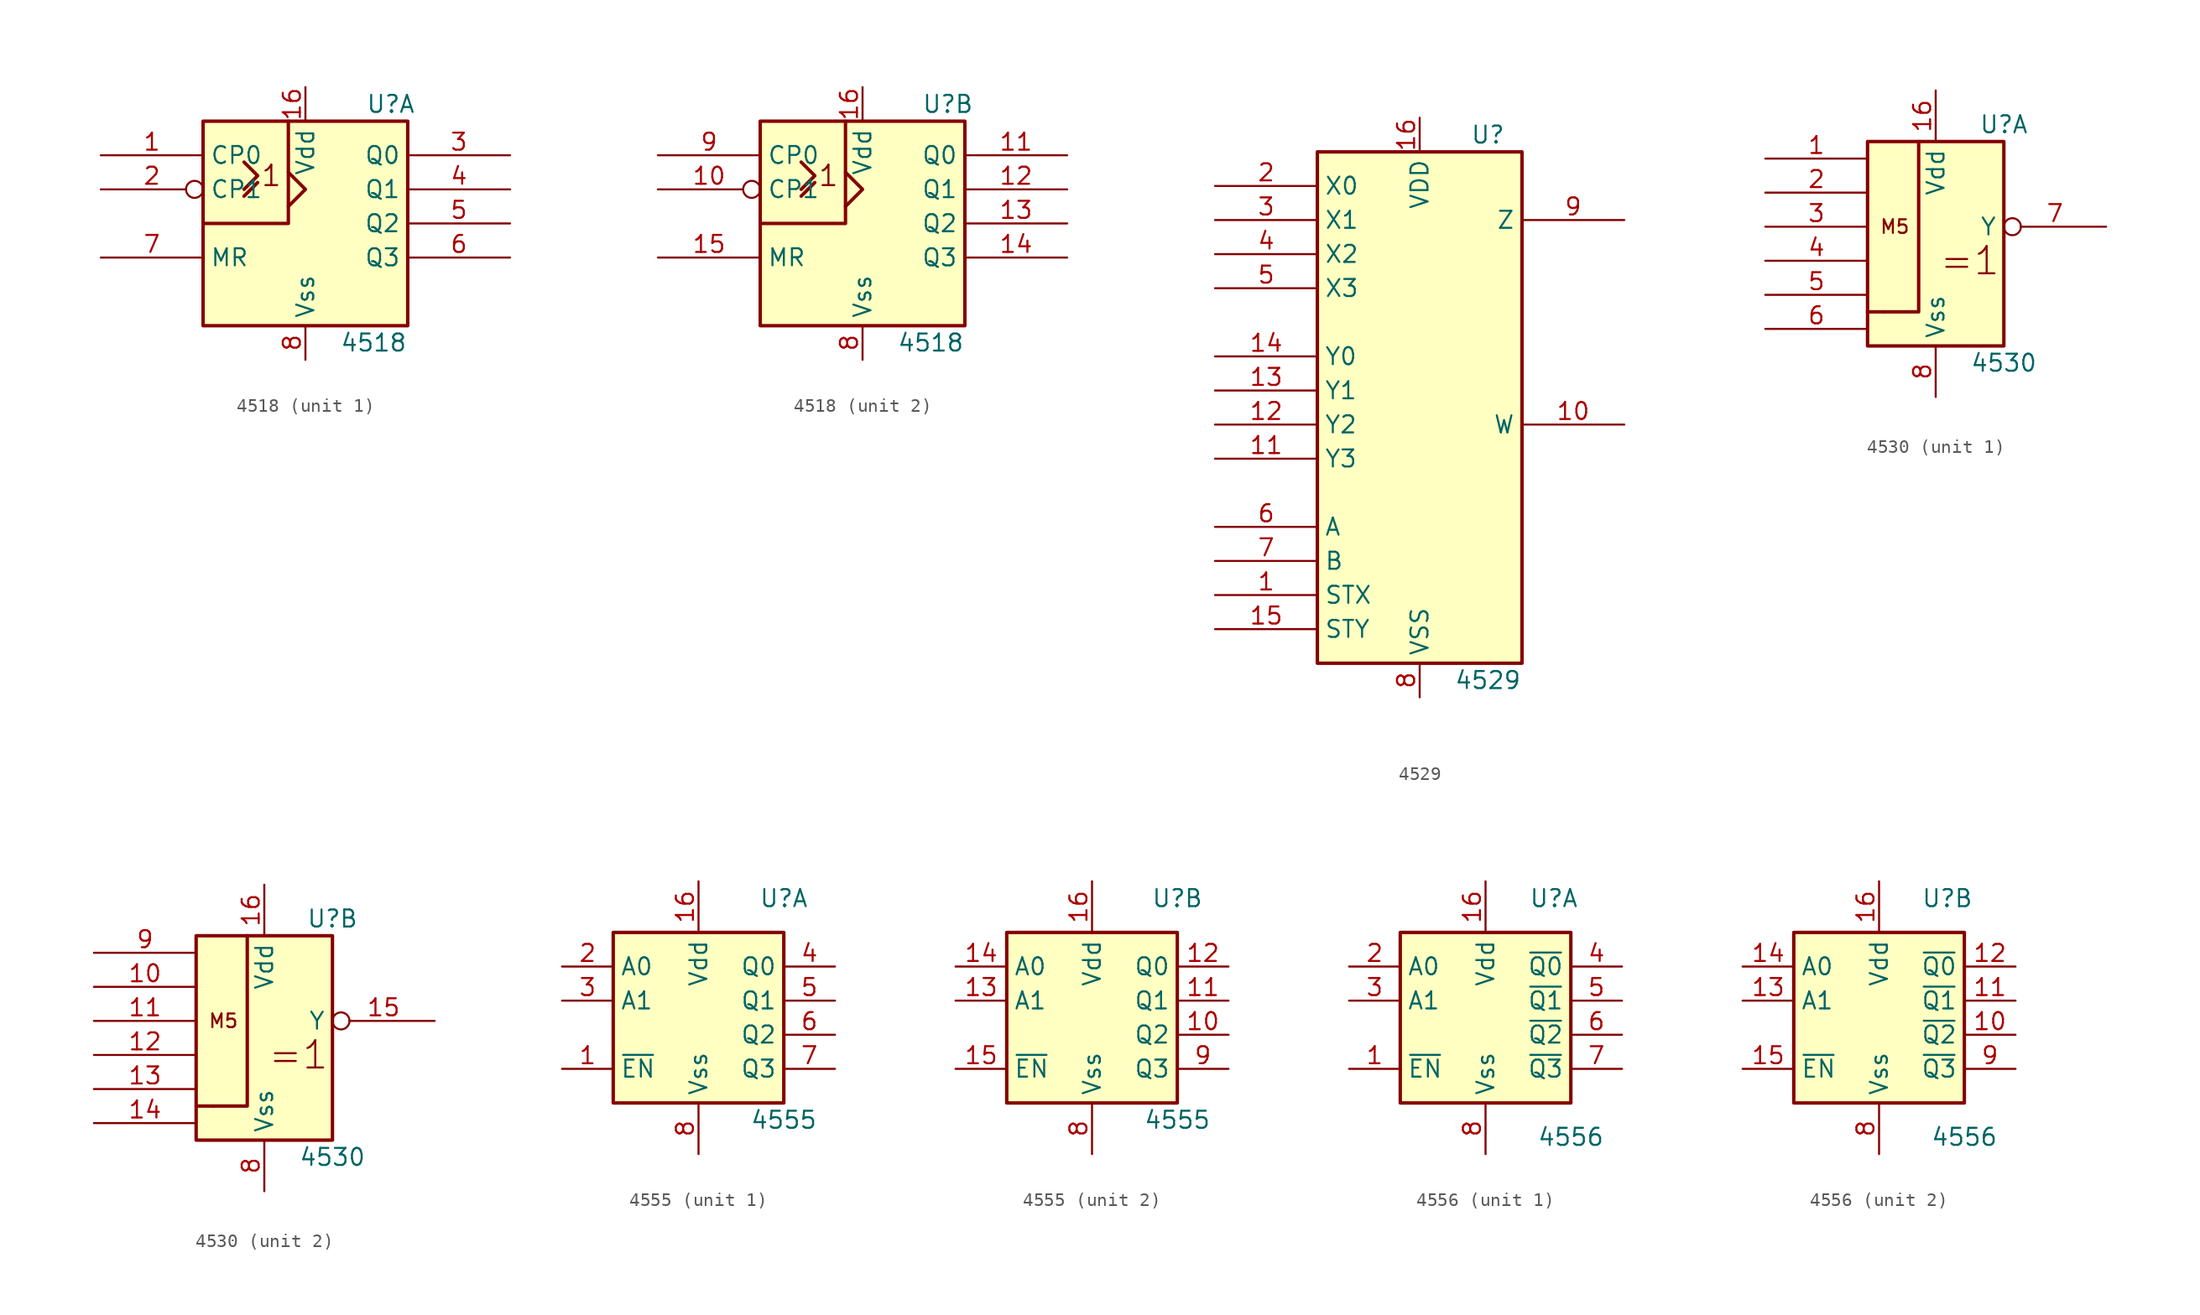
<source format=kicad_sym>
(kicad_symbol_lib
  (version 20220914)
  (generator kicad_symbol_editor)
  (symbol "4518"
    (property "Reference" "U"
      (at 6.35 8.89 0)
      (effects (font (size 1.27 1.27))))
    (property "Value" "4518"
      (at 5.08 -8.89 0)
      (effects (font (size 1.27 1.27))))
    (symbol "4518_0_0"
      (text "1" (at -2.54 3.556 0) (effects (font (size 1.524 1.524)))))
    (symbol "4518_0_1"
      (rectangle (start -7.62 7.62) (end 7.62 -7.62) (stroke (width 0.254) (type default)) (fill (type background)))
      (polyline (pts (xy -4.572 2.032) (xy -3.556 3.048) (xy -3.556 3.048)) (stroke (width 0.254) (type default)) (fill (type background)))
      (polyline (pts (xy -4.572 4.572) (xy -3.556 3.556) (xy -4.572 2.54) (xy -4.572 2.54)) (stroke (width 0.254) (type default)) (fill (type background)))
      (polyline (pts (xy -1.27 3.81) (xy 0 2.54) (xy -1.27 1.27) (xy -1.27 1.27)) (stroke (width 0.254) (type default)) (fill (type background)))
      (polyline (pts (xy -1.27 7.62) (xy -1.27 0) (xy -7.62 0) (xy -6.35 0)) (stroke (width 0.254) (type default)) (fill (type background)))
      (pin power_in line (at 0 10.16 270) (length 2.54) (name "Vdd" (effects (font (size 1.27 1.27)))) (number "16" (effects (font (size 1.27 1.27)))))
      (pin power_in line (at 0 -10.16 90) (length 2.54) (name "Vss" (effects (font (size 1.27 1.27)))) (number "8" (effects (font (size 1.27 1.27))))))
    (symbol "4518_1_1"
      (pin input line (at -15.24 5.08 0) (length 7.62) (name "CP0" (effects (font (size 1.27 1.27)))) (number "1" (effects (font (size 1.27 1.27)))))
      (pin input inverted (at -15.24 2.54 0) (length 7.62) (name "CP1" (effects (font (size 1.27 1.27)))) (number "2" (effects (font (size 1.27 1.27)))))
      (pin output line (at 15.24 5.08 180) (length 7.62) (name "Q0" (effects (font (size 1.27 1.27)))) (number "3" (effects (font (size 1.27 1.27)))))
      (pin output line (at 15.24 2.54 180) (length 7.62) (name "Q1" (effects (font (size 1.27 1.27)))) (number "4" (effects (font (size 1.27 1.27)))))
      (pin output line (at 15.24 0 180) (length 7.62) (name "Q2" (effects (font (size 1.27 1.27)))) (number "5" (effects (font (size 1.27 1.27)))))
      (pin output line (at 15.24 -2.54 180) (length 7.62) (name "Q3" (effects (font (size 1.27 1.27)))) (number "6" (effects (font (size 1.27 1.27)))))
      (pin input line (at -15.24 -2.54 0) (length 7.62) (name "MR" (effects (font (size 1.27 1.27)))) (number "7" (effects (font (size 1.27 1.27))))))
    (symbol "4518_2_1"
      (pin input inverted (at -15.24 2.54 0) (length 7.62) (name "CP1" (effects (font (size 1.27 1.27)))) (number "10" (effects (font (size 1.27 1.27)))))
      (pin output line (at 15.24 5.08 180) (length 7.62) (name "Q0" (effects (font (size 1.27 1.27)))) (number "11" (effects (font (size 1.27 1.27)))))
      (pin output line (at 15.24 2.54 180) (length 7.62) (name "Q1" (effects (font (size 1.27 1.27)))) (number "12" (effects (font (size 1.27 1.27)))))
      (pin output line (at 15.24 0 180) (length 7.62) (name "Q2" (effects (font (size 1.27 1.27)))) (number "13" (effects (font (size 1.27 1.27)))))
      (pin output line (at 15.24 -2.54 180) (length 7.62) (name "Q3" (effects (font (size 1.27 1.27)))) (number "14" (effects (font (size 1.27 1.27)))))
      (pin input line (at -15.24 -2.54 0) (length 7.62) (name "MR" (effects (font (size 1.27 1.27)))) (number "15" (effects (font (size 1.27 1.27)))))
      (pin input line (at -15.24 5.08 0) (length 7.62) (name "CP0" (effects (font (size 1.27 1.27)))) (number "9" (effects (font (size 1.27 1.27)))))))
  (symbol "4529"
    (property "Reference" "U"
      (at 5.08 21.59 0)
      (effects (font (size 1.27 1.27))))
    (property "Value" "4529"
      (at 5.08 -19.05 0)
      (effects (font (size 1.27 1.27))))
    (symbol "4529_0_1"
      (rectangle (start -7.62 20.32) (end 7.62 -17.78) (stroke (width 0.254) (type default)) (fill (type background))))
    (symbol "4529_1_1"
      (pin input line (at -15.24 -12.7 0) (length 7.62) (name "STX" (effects (font (size 1.27 1.27)))) (number "1" (effects (font (size 1.27 1.27)))))
      (pin tri_state line (at 15.24 0 180) (length 7.62) (name "W" (effects (font (size 1.27 1.27)))) (number "10" (effects (font (size 1.27 1.27)))))
      (pin input line (at -15.24 -2.54 0) (length 7.62) (name "Y3" (effects (font (size 1.27 1.27)))) (number "11" (effects (font (size 1.27 1.27)))))
      (pin input line (at -15.24 0 0) (length 7.62) (name "Y2" (effects (font (size 1.27 1.27)))) (number "12" (effects (font (size 1.27 1.27)))))
      (pin input line (at -15.24 2.54 0) (length 7.62) (name "Y1" (effects (font (size 1.27 1.27)))) (number "13" (effects (font (size 1.27 1.27)))))
      (pin input line (at -15.24 5.08 0) (length 7.62) (name "Y0" (effects (font (size 1.27 1.27)))) (number "14" (effects (font (size 1.27 1.27)))))
      (pin input line (at -15.24 -15.24 0) (length 7.62) (name "STY" (effects (font (size 1.27 1.27)))) (number "15" (effects (font (size 1.27 1.27)))))
      (pin power_in line (at 0 22.86 270) (length 2.54) (name "VDD" (effects (font (size 1.27 1.27)))) (number "16" (effects (font (size 1.27 1.27)))))
      (pin input line (at -15.24 17.78 0) (length 7.62) (name "X0" (effects (font (size 1.27 1.27)))) (number "2" (effects (font (size 1.27 1.27)))))
      (pin input line (at -15.24 15.24 0) (length 7.62) (name "X1" (effects (font (size 1.27 1.27)))) (number "3" (effects (font (size 1.27 1.27)))))
      (pin input line (at -15.24 12.7 0) (length 7.62) (name "X2" (effects (font (size 1.27 1.27)))) (number "4" (effects (font (size 1.27 1.27)))))
      (pin input line (at -15.24 10.16 0) (length 7.62) (name "X3" (effects (font (size 1.27 1.27)))) (number "5" (effects (font (size 1.27 1.27)))))
      (pin input line (at -15.24 -7.62 0) (length 7.62) (name "A" (effects (font (size 1.27 1.27)))) (number "6" (effects (font (size 1.27 1.27)))))
      (pin input line (at -15.24 -10.16 0) (length 7.62) (name "B" (effects (font (size 1.27 1.27)))) (number "7" (effects (font (size 1.27 1.27)))))
      (pin power_in line (at 0 -20.32 90) (length 2.54) (name "VSS" (effects (font (size 1.27 1.27)))) (number "8" (effects (font (size 1.27 1.27)))))
      (pin tri_state line (at 15.24 15.24 180) (length 7.62) (name "Z" (effects (font (size 1.27 1.27)))) (number "9" (effects (font (size 1.27 1.27)))))))
  (symbol "4530"
    (property "Reference" "U"
      (at 5.08 7.62 0)
      (effects (font (size 1.27 1.27))))
    (property "Value" "4530"
      (at 5.08 -10.16 0)
      (effects (font (size 1.27 1.27))))
    (symbol "4530_0_0"
      (polyline (pts (xy -3.81 -6.35) (xy -5.08 -6.35) (xy -5.08 -6.35)) (stroke (width 0.254) (type default)) (fill (type background)))
      (text "=1" (at 2.54 -2.54 0) (effects (font (size 2.032 2.032))))
      (text "M5" (at -3.048 0 0) (effects (font (size 1.016 1.016))))
      (pin power_in line (at 0 10.16 270) (length 3.81) (name "Vdd" (effects (font (size 1.27 1.27)))) (number "16" (effects (font (size 1.27 1.27)))))
      (pin power_in line (at 0 -12.7 90) (length 3.81) (name "Vss" (effects (font (size 1.27 1.27)))) (number "8" (effects (font (size 1.27 1.27))))))
    (symbol "4530_0_1"
      (rectangle (start -5.08 6.35) (end 5.08 -8.89) (stroke (width 0.254) (type default)) (fill (type background)))
      (polyline (pts (xy -1.27 6.35) (xy -1.27 -6.35) (xy -3.81 -6.35) (xy -3.81 -6.35)) (stroke (width 0.254) (type default)) (fill (type background))))
    (symbol "4530_1_1"
      (pin input line (at -12.7 5.08 0) (length 7.62) (name "~" (effects (font (size 1.27 1.27)))) (number "1" (effects (font (size 1.27 1.27)))))
      (pin input line (at -12.7 2.54 0) (length 7.62) (name "~" (effects (font (size 1.27 1.27)))) (number "2" (effects (font (size 1.27 1.27)))))
      (pin input line (at -12.7 0 0) (length 7.62) (name "~" (effects (font (size 1.27 1.27)))) (number "3" (effects (font (size 1.27 1.27)))))
      (pin input line (at -12.7 -2.54 0) (length 7.62) (name "~" (effects (font (size 1.27 1.27)))) (number "4" (effects (font (size 1.27 1.27)))))
      (pin input line (at -12.7 -5.08 0) (length 7.62) (name "~" (effects (font (size 1.27 1.27)))) (number "5" (effects (font (size 1.27 1.27)))))
      (pin input line (at -12.7 -7.62 0) (length 7.62) (name "~" (effects (font (size 1.27 1.27)))) (number "6" (effects (font (size 1.27 1.27)))))
      (pin output inverted (at 12.7 0 180) (length 7.62) (name "Y" (effects (font (size 1.27 1.27)))) (number "7" (effects (font (size 1.27 1.27))))))
    (symbol "4530_2_1"
      (pin input line (at -12.7 2.54 0) (length 7.62) (name "~" (effects (font (size 1.27 1.27)))) (number "10" (effects (font (size 1.27 1.27)))))
      (pin input line (at -12.7 0 0) (length 7.62) (name "~" (effects (font (size 1.27 1.27)))) (number "11" (effects (font (size 1.27 1.27)))))
      (pin input line (at -12.7 -2.54 0) (length 7.62) (name "~" (effects (font (size 1.27 1.27)))) (number "12" (effects (font (size 1.27 1.27)))))
      (pin input line (at -12.7 -5.08 0) (length 7.62) (name "~" (effects (font (size 1.27 1.27)))) (number "13" (effects (font (size 1.27 1.27)))))
      (pin input line (at -12.7 -7.62 0) (length 7.62) (name "~" (effects (font (size 1.27 1.27)))) (number "14" (effects (font (size 1.27 1.27)))))
      (pin output inverted (at 12.7 0 180) (length 7.62) (name "Y" (effects (font (size 1.27 1.27)))) (number "15" (effects (font (size 1.27 1.27)))))
      (pin input line (at -12.7 5.08 0) (length 7.62) (name "~" (effects (font (size 1.27 1.27)))) (number "9" (effects (font (size 1.27 1.27)))))))
  (symbol "4555"
    (property "Reference" "U"
      (at 6.35 8.89 0)
      (effects (font (size 1.27 1.27))))
    (property "Value" "4555"
      (at 6.35 -7.62 0)
      (effects (font (size 1.27 1.27))))
    (symbol "4555_0_1"
      (rectangle (start -6.35 6.35) (end 6.35 -6.35) (stroke (width 0.254) (type default)) (fill (type background)))
      (pin power_in line (at 0 10.16 270) (length 3.81) (name "Vdd" (effects (font (size 1.27 1.27)))) (number "16" (effects (font (size 1.27 1.27)))))
      (pin power_in line (at 0 -10.16 90) (length 3.81) (name "Vss" (effects (font (size 1.27 1.27)))) (number "8" (effects (font (size 1.27 1.27))))))
    (symbol "4555_1_1"
      (pin input line (at -10.16 -3.81 0) (length 3.81) (name "~{EN}" (effects (font (size 1.27 1.27)))) (number "1" (effects (font (size 1.27 1.27)))))
      (pin input line (at -10.16 3.81 0) (length 3.81) (name "A0" (effects (font (size 1.27 1.27)))) (number "2" (effects (font (size 1.27 1.27)))))
      (pin input line (at -10.16 1.27 0) (length 3.81) (name "A1" (effects (font (size 1.27 1.27)))) (number "3" (effects (font (size 1.27 1.27)))))
      (pin output line (at 10.16 3.81 180) (length 3.81) (name "Q0" (effects (font (size 1.27 1.27)))) (number "4" (effects (font (size 1.27 1.27)))))
      (pin output line (at 10.16 1.27 180) (length 3.81) (name "Q1" (effects (font (size 1.27 1.27)))) (number "5" (effects (font (size 1.27 1.27)))))
      (pin output line (at 10.16 -1.27 180) (length 3.81) (name "Q2" (effects (font (size 1.27 1.27)))) (number "6" (effects (font (size 1.27 1.27)))))
      (pin output line (at 10.16 -3.81 180) (length 3.81) (name "Q3" (effects (font (size 1.27 1.27)))) (number "7" (effects (font (size 1.27 1.27))))))
    (symbol "4555_2_1"
      (pin output line (at 10.16 -1.27 180) (length 3.81) (name "Q2" (effects (font (size 1.27 1.27)))) (number "10" (effects (font (size 1.27 1.27)))))
      (pin output line (at 10.16 1.27 180) (length 3.81) (name "Q1" (effects (font (size 1.27 1.27)))) (number "11" (effects (font (size 1.27 1.27)))))
      (pin output line (at 10.16 3.81 180) (length 3.81) (name "Q0" (effects (font (size 1.27 1.27)))) (number "12" (effects (font (size 1.27 1.27)))))
      (pin input line (at -10.16 1.27 0) (length 3.81) (name "A1" (effects (font (size 1.27 1.27)))) (number "13" (effects (font (size 1.27 1.27)))))
      (pin input line (at -10.16 3.81 0) (length 3.81) (name "A0" (effects (font (size 1.27 1.27)))) (number "14" (effects (font (size 1.27 1.27)))))
      (pin input line (at -10.16 -3.81 0) (length 3.81) (name "~{EN}" (effects (font (size 1.27 1.27)))) (number "15" (effects (font (size 1.27 1.27)))))
      (pin output line (at 10.16 -3.81 180) (length 3.81) (name "Q3" (effects (font (size 1.27 1.27)))) (number "9" (effects (font (size 1.27 1.27)))))))
  (symbol "4556"
    (property "Reference" "U"
      (at 5.08 8.89 0)
      (effects (font (size 1.27 1.27))))
    (property "Value" "4556"
      (at 6.35 -8.89 0)
      (effects (font (size 1.27 1.27))))
    (symbol "4556_0_1"
      (rectangle (start -6.35 6.35) (end 6.35 -6.35) (stroke (width 0.254) (type default)) (fill (type background)))
      (pin power_in line (at 0 10.16 270) (length 3.81) (name "Vdd" (effects (font (size 1.27 1.27)))) (number "16" (effects (font (size 1.27 1.27)))))
      (pin power_in line (at 0 -10.16 90) (length 3.81) (name "Vss" (effects (font (size 1.27 1.27)))) (number "8" (effects (font (size 1.27 1.27))))))
    (symbol "4556_1_1"
      (pin input line (at -10.16 -3.81 0) (length 3.81) (name "~{EN}" (effects (font (size 1.27 1.27)))) (number "1" (effects (font (size 1.27 1.27)))))
      (pin input line (at -10.16 3.81 0) (length 3.81) (name "A0" (effects (font (size 1.27 1.27)))) (number "2" (effects (font (size 1.27 1.27)))))
      (pin input line (at -10.16 1.27 0) (length 3.81) (name "A1" (effects (font (size 1.27 1.27)))) (number "3" (effects (font (size 1.27 1.27)))))
      (pin output line (at 10.16 3.81 180) (length 3.81) (name "~{Q0}" (effects (font (size 1.27 1.27)))) (number "4" (effects (font (size 1.27 1.27)))))
      (pin output line (at 10.16 1.27 180) (length 3.81) (name "~{Q1}" (effects (font (size 1.27 1.27)))) (number "5" (effects (font (size 1.27 1.27)))))
      (pin output line (at 10.16 -1.27 180) (length 3.81) (name "~{Q2}" (effects (font (size 1.27 1.27)))) (number "6" (effects (font (size 1.27 1.27)))))
      (pin output line (at 10.16 -3.81 180) (length 3.81) (name "~{Q3}" (effects (font (size 1.27 1.27)))) (number "7" (effects (font (size 1.27 1.27))))))
    (symbol "4556_2_1"
      (pin output line (at 10.16 -1.27 180) (length 3.81) (name "~{Q2}" (effects (font (size 1.27 1.27)))) (number "10" (effects (font (size 1.27 1.27)))))
      (pin output line (at 10.16 1.27 180) (length 3.81) (name "~{Q1}" (effects (font (size 1.27 1.27)))) (number "11" (effects (font (size 1.27 1.27)))))
      (pin output line (at 10.16 3.81 180) (length 3.81) (name "~{Q0}" (effects (font (size 1.27 1.27)))) (number "12" (effects (font (size 1.27 1.27)))))
      (pin input line (at -10.16 1.27 0) (length 3.81) (name "A1" (effects (font (size 1.27 1.27)))) (number "13" (effects (font (size 1.27 1.27)))))
      (pin input line (at -10.16 3.81 0) (length 3.81) (name "A0" (effects (font (size 1.27 1.27)))) (number "14" (effects (font (size 1.27 1.27)))))
      (pin input line (at -10.16 -3.81 0) (length 3.81) (name "~{EN}" (effects (font (size 1.27 1.27)))) (number "15" (effects (font (size 1.27 1.27)))))
      (pin output line (at 10.16 -3.81 180) (length 3.81) (name "~{Q3}" (effects (font (size 1.27 1.27)))) (number "9" (effects (font (size 1.27 1.27))))))))
</source>
